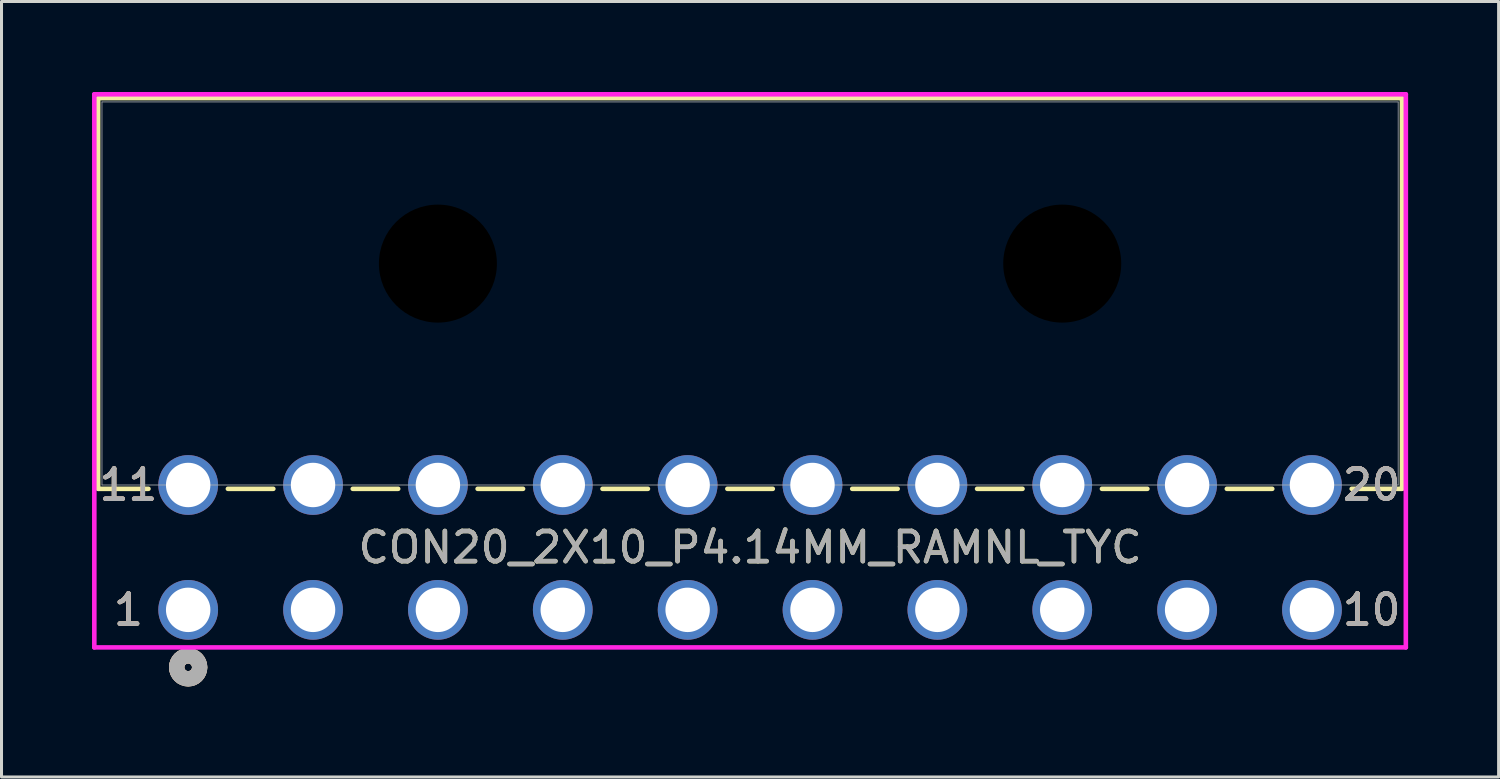
<source format=kicad_pcb>
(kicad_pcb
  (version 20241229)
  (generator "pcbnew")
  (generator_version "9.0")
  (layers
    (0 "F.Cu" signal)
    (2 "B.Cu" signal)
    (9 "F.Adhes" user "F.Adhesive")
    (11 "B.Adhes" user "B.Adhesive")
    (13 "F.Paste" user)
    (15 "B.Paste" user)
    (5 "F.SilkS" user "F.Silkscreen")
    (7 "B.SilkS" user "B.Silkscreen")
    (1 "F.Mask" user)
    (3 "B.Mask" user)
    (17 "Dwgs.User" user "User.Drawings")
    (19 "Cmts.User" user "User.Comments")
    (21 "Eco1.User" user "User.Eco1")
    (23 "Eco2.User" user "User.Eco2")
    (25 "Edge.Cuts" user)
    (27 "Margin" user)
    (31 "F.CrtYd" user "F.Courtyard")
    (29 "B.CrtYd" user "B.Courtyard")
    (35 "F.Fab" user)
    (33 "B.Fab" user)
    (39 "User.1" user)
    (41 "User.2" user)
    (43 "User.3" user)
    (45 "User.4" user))
  (footprint "CON20_2X10_P4.14MM_RAMNL_TYC"
    (layer "F.Cu")
    (at 3.189 17.17)
    (property "Reference" "CON20_2X10_P4.14MM_RAMNL_TYC" (at 18.63 -2.07 0) (unlocked yes) (layer "F.SilkS") (effects (font (size 1 1) (thickness 0.15))))
    (attr through_hole)
    (fp_line (start -2.985 -16.967) (end -2.985 -4.013) (stroke (width 0.152) (type solid)) (layer "F.SilkS"))
    (fp_line (start -2.985 -4.013) (end -1.317 -4.013) (stroke (width 0.152) (type solid)) (layer "F.SilkS"))
    (fp_line (start 1.317 -4.013) (end 2.823 -4.013) (stroke (width 0.152) (type solid)) (layer "F.SilkS"))
    (fp_line (start 5.457 -4.013) (end 6.963 -4.013) (stroke (width 0.152) (type solid)) (layer "F.SilkS"))
    (fp_line (start 9.597 -4.013) (end 11.103 -4.013) (stroke (width 0.152) (type solid)) (layer "F.SilkS"))
    (fp_line (start 13.737 -4.013) (end 15.243 -4.013) (stroke (width 0.152) (type solid)) (layer "F.SilkS"))
    (fp_line (start 17.877 -4.013) (end 19.383 -4.013) (stroke (width 0.152) (type solid)) (layer "F.SilkS"))
    (fp_line (start 22.017 -4.013) (end 23.523 -4.013) (stroke (width 0.152) (type solid)) (layer "F.SilkS"))
    (fp_line (start 26.157 -4.013) (end 27.663 -4.013) (stroke (width 0.152) (type solid)) (layer "F.SilkS"))
    (fp_line (start 30.297 -4.013) (end 31.803 -4.013) (stroke (width 0.152) (type solid)) (layer "F.SilkS"))
    (fp_line (start 34.437 -4.013) (end 35.943 -4.013) (stroke (width 0.152) (type solid)) (layer "F.SilkS"))
    (fp_line (start 38.577 -4.013) (end 40.245 -4.013) (stroke (width 0.152) (type solid)) (layer "F.SilkS"))
    (fp_line (start 40.245 -16.967) (end -2.985 -16.967) (stroke (width 0.152) (type solid)) (layer "F.SilkS"))
    (fp_line (start 40.245 -4.013) (end 40.245 -16.967) (stroke (width 0.152) (type solid)) (layer "F.SilkS"))
    (fp_circle (center 0 1.905) (end 0.381 1.905) (stroke (width 0.508) (type solid)) (fill no) (layer "F.SilkS"))
    (fp_circle (center 0 1.905) (end 0.381 1.905) (stroke (width 0.508) (type solid)) (fill no) (layer "B.SilkS"))
    (fp_line (start -3.112 -17.094) (end -3.112 1.245) (stroke (width 0.152) (type solid)) (layer "F.CrtYd"))
    (fp_line (start -3.112 1.245) (end 40.372 1.245) (stroke (width 0.152) (type solid)) (layer "F.CrtYd"))
    (fp_line (start 40.372 -17.094) (end -3.112 -17.094) (stroke (width 0.152) (type solid)) (layer "F.CrtYd"))
    (fp_line (start 40.372 1.245) (end 40.372 -17.094) (stroke (width 0.152) (type solid)) (layer "F.CrtYd"))
    (fp_line (start -2.858 -16.84) (end -2.858 -4.14) (stroke (width 0.025) (type solid)) (layer "F.Fab"))
    (fp_line (start -2.858 -4.14) (end 40.118 -4.14) (stroke (width 0.025) (type solid)) (layer "F.Fab"))
    (fp_line (start 40.118 -16.84) (end -2.858 -16.84) (stroke (width 0.025) (type solid)) (layer "F.Fab"))
    (fp_line (start 40.118 -4.14) (end 40.118 -16.84) (stroke (width 0.025) (type solid)) (layer "F.Fab"))
    (fp_circle (center 0 1.905) (end 0.381 1.905) (stroke (width 0.508) (type solid)) (fill no) (layer "F.Fab"))
    (fp_text user "1" (at -1.981 0 0) (unlocked yes) (layer "F.SilkS") (effects (font (size 1 1) (thickness 0.15))))
    (fp_text user "20" (at 39.241 -4.14 0) (unlocked yes) (layer "F.SilkS") (effects (font (size 1 1) (thickness 0.15))))
    (fp_text user "11" (at -1.981 -4.14 0) (unlocked yes) (layer "F.SilkS") (effects (font (size 1 1) (thickness 0.15))))
    (fp_text user "10" (at 39.241 0 0) (unlocked yes) (layer "F.SilkS") (effects (font (size 1 1) (thickness 0.15))))
    (fp_text user "11" (at -1.981 -4.14 0) (unlocked yes) (layer "B.SilkS") (effects (font (size 1 1) (thickness 0.15))))
    (fp_text user "20" (at 39.241 -4.14 0) (unlocked yes) (layer "B.SilkS") (effects (font (size 1 1) (thickness 0.15))))
    (fp_text user "10" (at 39.241 0 0) (unlocked yes) (layer "B.SilkS") (effects (font (size 1 1) (thickness 0.15))))
    (fp_text user "1" (at -1.981 0 0) (unlocked yes) (layer "B.SilkS") (effects (font (size 1 1) (thickness 0.15))))
    (fp_text user "11" (at -1.981 -4.14 0) (unlocked yes) (layer "F.Fab") (effects (font (size 1 1) (thickness 0.15))))
    (fp_text user "${REFERENCE}" (at 18.63 -2.07 0) (unlocked yes) (layer "F.Fab") (effects (font (size 1 1) (thickness 0.15))))
    (fp_text user "10" (at 39.241 0 0) (unlocked yes) (layer "F.Fab") (effects (font (size 1 1) (thickness 0.15))))
    (fp_text user "20" (at 39.241 -4.14 0) (unlocked yes) (layer "F.Fab") (effects (font (size 1 1) (thickness 0.15))))
    (fp_text user "1" (at -1.981 0 0) (unlocked yes) (layer "F.Fab") (effects (font (size 1 1) (thickness 0.15))))
    (pad "" np_thru_hole circle (at 8.28 -11.48) (size 3.912 3.912) (drill 3.912) (layers))
    (pad "" np_thru_hole circle (at 28.98 -11.48) (size 3.912 3.912) (drill 3.912) (layers))
    (pad "1" thru_hole circle (at 0 0) (size 1.981 1.981) (drill 1.473) (layers "*.Cu" "*.Mask"))
    (pad "2" thru_hole circle (at 4.14 0) (size 1.981 1.981) (drill 1.473) (layers "*.Cu" "*.Mask"))
    (pad "3" thru_hole circle (at 8.28 0) (size 1.981 1.981) (drill 1.473) (layers "*.Cu" "*.Mask"))
    (pad "4" thru_hole circle (at 12.42 0) (size 1.981 1.981) (drill 1.473) (layers "*.Cu" "*.Mask"))
    (pad "5" thru_hole circle (at 16.56 0) (size 1.981 1.981) (drill 1.473) (layers "*.Cu" "*.Mask"))
    (pad "6" thru_hole circle (at 20.7 0) (size 1.981 1.981) (drill 1.473) (layers "*.Cu" "*.Mask"))
    (pad "7" thru_hole circle (at 24.84 0) (size 1.981 1.981) (drill 1.473) (layers "*.Cu" "*.Mask"))
    (pad "8" thru_hole circle (at 28.98 0) (size 1.981 1.981) (drill 1.473) (layers "*.Cu" "*.Mask"))
    (pad "9" thru_hole circle (at 33.12 0) (size 1.981 1.981) (drill 1.473) (layers "*.Cu" "*.Mask"))
    (pad "10" thru_hole circle (at 37.26 0) (size 1.981 1.981) (drill 1.473) (layers "*.Cu" "*.Mask"))
    (pad "11" thru_hole circle (at 0 -4.14) (size 1.981 1.981) (drill 1.473) (layers "*.Cu" "*.Mask"))
    (pad "12" thru_hole circle (at 4.14 -4.14) (size 1.981 1.981) (drill 1.473) (layers "*.Cu" "*.Mask"))
    (pad "13" thru_hole circle (at 8.28 -4.14) (size 1.981 1.981) (drill 1.473) (layers "*.Cu" "*.Mask"))
    (pad "14" thru_hole circle (at 12.42 -4.14) (size 1.981 1.981) (drill 1.473) (layers "*.Cu" "*.Mask"))
    (pad "15" thru_hole circle (at 16.56 -4.14) (size 1.981 1.981) (drill 1.473) (layers "*.Cu" "*.Mask"))
    (pad "16" thru_hole circle (at 20.7 -4.14) (size 1.981 1.981) (drill 1.473) (layers "*.Cu" "*.Mask"))
    (pad "17" thru_hole circle (at 24.84 -4.14) (size 1.981 1.981) (drill 1.473) (layers "*.Cu" "*.Mask"))
    (pad "18" thru_hole circle (at 28.98 -4.14) (size 1.981 1.981) (drill 1.473) (layers "*.Cu" "*.Mask"))
    (pad "19" thru_hole circle (at 33.12 -4.14) (size 1.981 1.981) (drill 1.473) (layers "*.Cu" "*.Mask"))
    (pad "20" thru_hole circle (at 37.26 -4.14) (size 1.981 1.981) (drill 1.473) (layers "*.Cu" "*.Mask")))
  (gr_rect
    (start -3 -3)
    (end 46.637 22.71)
    (stroke (width 0.1) (type default))
    (fill no)
    (layer "Edge.Cuts")))
</source>
